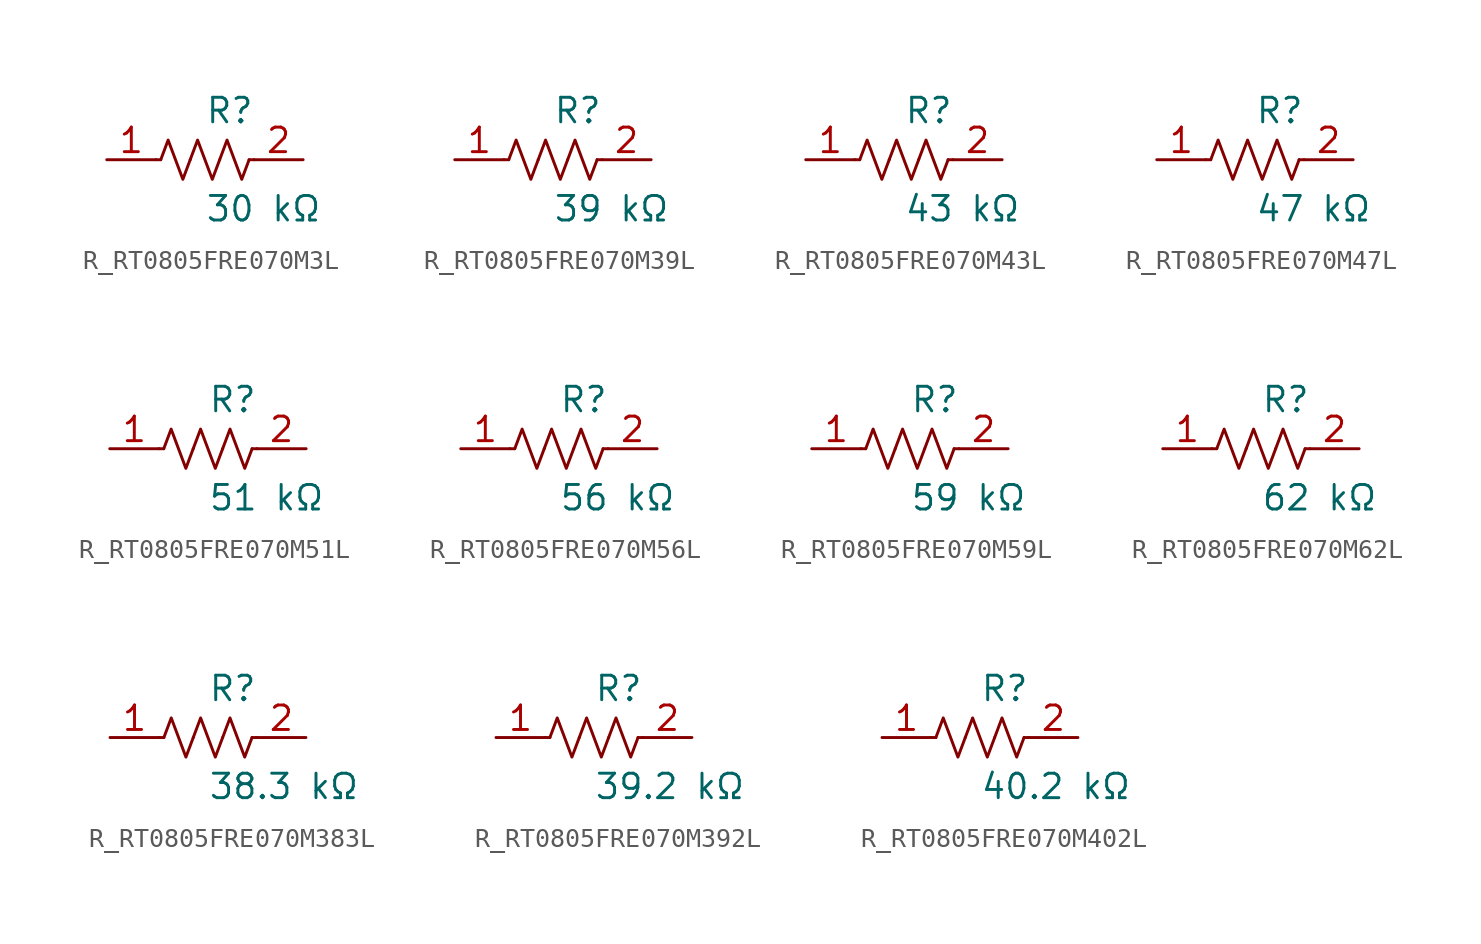
<source format=kicad_sym>
(kicad_symbol_lib
  (version 20231120)
  (generator kicad_symbol_editor)
  (generator_version 8.0)
  (symbol "R_RT0805FRE070M3L"
    (pin_names
      (offset 0.254))
    (property "Reference" "R"
      (at 0.0 2.54 0)
      (effects (font (size 1.27 1.27)) (justify left)))
    (property "Value" "30 kΩ"
      (at 0.0 -2.54 0)
      (effects (font (size 1.27 1.27)) (justify left)))
    (symbol "R_RT0805FRE070M3L_0_1"
      (polyline (pts (xy 2.286 0) (xy 2.54 0)) (stroke (width 0) (type default)) (fill (type none)))
      (polyline (pts (xy -2.286 0) (xy -2.54 0)) (stroke (width 0) (type default)) (fill (type none)))
      (polyline (pts (xy 0.762 0) (xy 1.143 1.016) (xy 1.524 0) (xy 1.905 -1.016) (xy 2.286 0)) (stroke (width 0) (type default)) (fill (type none)))
      (polyline (pts (xy -0.762 0) (xy -0.381 1.016) (xy 0 0) (xy 0.381 -1.016) (xy 0.762 0)) (stroke (width 0) (type default)) (fill (type none)))
      (polyline (pts (xy -2.286 0) (xy -1.905 1.016) (xy -1.524 0) (xy -1.143 -1.016) (xy -0.762 0)) (stroke (width 0) (type default)) (fill (type none))))
    (pin unspecified line
      (at -5.08 0 0)
      (length 2.54)
      (name "" (effects (font (size 1.27 1.27))))
      (number "1" (effects (font (size 1.27 1.27)))))
    (pin unspecified line
      (at 5.08 0 180)
      (length 2.54)
      (name "" (effects (font (size 1.27 1.27))))
      (number "2" (effects (font (size 1.27 1.27))))))
  (symbol "R_RT0805FRE070M39L"
    (pin_names
      (offset 0.254))
    (property "Reference" "R"
      (at 0.0 2.54 0)
      (effects (font (size 1.27 1.27)) (justify left)))
    (property "Value" "39 kΩ"
      (at 0.0 -2.54 0)
      (effects (font (size 1.27 1.27)) (justify left)))
    (symbol "R_RT0805FRE070M39L_0_1"
      (polyline (pts (xy 2.286 0) (xy 2.54 0)) (stroke (width 0) (type default)) (fill (type none)))
      (polyline (pts (xy -2.286 0) (xy -2.54 0)) (stroke (width 0) (type default)) (fill (type none)))
      (polyline (pts (xy 0.762 0) (xy 1.143 1.016) (xy 1.524 0) (xy 1.905 -1.016) (xy 2.286 0)) (stroke (width 0) (type default)) (fill (type none)))
      (polyline (pts (xy -0.762 0) (xy -0.381 1.016) (xy 0 0) (xy 0.381 -1.016) (xy 0.762 0)) (stroke (width 0) (type default)) (fill (type none)))
      (polyline (pts (xy -2.286 0) (xy -1.905 1.016) (xy -1.524 0) (xy -1.143 -1.016) (xy -0.762 0)) (stroke (width 0) (type default)) (fill (type none))))
    (pin unspecified line
      (at -5.08 0 0)
      (length 2.54)
      (name "" (effects (font (size 1.27 1.27))))
      (number "1" (effects (font (size 1.27 1.27)))))
    (pin unspecified line
      (at 5.08 0 180)
      (length 2.54)
      (name "" (effects (font (size 1.27 1.27))))
      (number "2" (effects (font (size 1.27 1.27))))))
  (symbol "R_RT0805FRE070M43L"
    (pin_names
      (offset 0.254))
    (property "Reference" "R"
      (at 0.0 2.54 0)
      (effects (font (size 1.27 1.27)) (justify left)))
    (property "Value" "43 kΩ"
      (at 0.0 -2.54 0)
      (effects (font (size 1.27 1.27)) (justify left)))
    (symbol "R_RT0805FRE070M43L_0_1"
      (polyline (pts (xy 2.286 0) (xy 2.54 0)) (stroke (width 0) (type default)) (fill (type none)))
      (polyline (pts (xy -2.286 0) (xy -2.54 0)) (stroke (width 0) (type default)) (fill (type none)))
      (polyline (pts (xy 0.762 0) (xy 1.143 1.016) (xy 1.524 0) (xy 1.905 -1.016) (xy 2.286 0)) (stroke (width 0) (type default)) (fill (type none)))
      (polyline (pts (xy -0.762 0) (xy -0.381 1.016) (xy 0 0) (xy 0.381 -1.016) (xy 0.762 0)) (stroke (width 0) (type default)) (fill (type none)))
      (polyline (pts (xy -2.286 0) (xy -1.905 1.016) (xy -1.524 0) (xy -1.143 -1.016) (xy -0.762 0)) (stroke (width 0) (type default)) (fill (type none))))
    (pin unspecified line
      (at -5.08 0 0)
      (length 2.54)
      (name "" (effects (font (size 1.27 1.27))))
      (number "1" (effects (font (size 1.27 1.27)))))
    (pin unspecified line
      (at 5.08 0 180)
      (length 2.54)
      (name "" (effects (font (size 1.27 1.27))))
      (number "2" (effects (font (size 1.27 1.27))))))
  (symbol "R_RT0805FRE070M47L"
    (pin_names
      (offset 0.254))
    (property "Reference" "R"
      (at 0.0 2.54 0)
      (effects (font (size 1.27 1.27)) (justify left)))
    (property "Value" "47 kΩ"
      (at 0.0 -2.54 0)
      (effects (font (size 1.27 1.27)) (justify left)))
    (symbol "R_RT0805FRE070M47L_0_1"
      (polyline (pts (xy 2.286 0) (xy 2.54 0)) (stroke (width 0) (type default)) (fill (type none)))
      (polyline (pts (xy -2.286 0) (xy -2.54 0)) (stroke (width 0) (type default)) (fill (type none)))
      (polyline (pts (xy 0.762 0) (xy 1.143 1.016) (xy 1.524 0) (xy 1.905 -1.016) (xy 2.286 0)) (stroke (width 0) (type default)) (fill (type none)))
      (polyline (pts (xy -0.762 0) (xy -0.381 1.016) (xy 0 0) (xy 0.381 -1.016) (xy 0.762 0)) (stroke (width 0) (type default)) (fill (type none)))
      (polyline (pts (xy -2.286 0) (xy -1.905 1.016) (xy -1.524 0) (xy -1.143 -1.016) (xy -0.762 0)) (stroke (width 0) (type default)) (fill (type none))))
    (pin unspecified line
      (at -5.08 0 0)
      (length 2.54)
      (name "" (effects (font (size 1.27 1.27))))
      (number "1" (effects (font (size 1.27 1.27)))))
    (pin unspecified line
      (at 5.08 0 180)
      (length 2.54)
      (name "" (effects (font (size 1.27 1.27))))
      (number "2" (effects (font (size 1.27 1.27))))))
  (symbol "R_RT0805FRE070M51L"
    (pin_names
      (offset 0.254))
    (property "Reference" "R"
      (at 0.0 2.54 0)
      (effects (font (size 1.27 1.27)) (justify left)))
    (property "Value" "51 kΩ"
      (at 0.0 -2.54 0)
      (effects (font (size 1.27 1.27)) (justify left)))
    (symbol "R_RT0805FRE070M51L_0_1"
      (polyline (pts (xy 2.286 0) (xy 2.54 0)) (stroke (width 0) (type default)) (fill (type none)))
      (polyline (pts (xy -2.286 0) (xy -2.54 0)) (stroke (width 0) (type default)) (fill (type none)))
      (polyline (pts (xy 0.762 0) (xy 1.143 1.016) (xy 1.524 0) (xy 1.905 -1.016) (xy 2.286 0)) (stroke (width 0) (type default)) (fill (type none)))
      (polyline (pts (xy -0.762 0) (xy -0.381 1.016) (xy 0 0) (xy 0.381 -1.016) (xy 0.762 0)) (stroke (width 0) (type default)) (fill (type none)))
      (polyline (pts (xy -2.286 0) (xy -1.905 1.016) (xy -1.524 0) (xy -1.143 -1.016) (xy -0.762 0)) (stroke (width 0) (type default)) (fill (type none))))
    (pin unspecified line
      (at -5.08 0 0)
      (length 2.54)
      (name "" (effects (font (size 1.27 1.27))))
      (number "1" (effects (font (size 1.27 1.27)))))
    (pin unspecified line
      (at 5.08 0 180)
      (length 2.54)
      (name "" (effects (font (size 1.27 1.27))))
      (number "2" (effects (font (size 1.27 1.27))))))
  (symbol "R_RT0805FRE070M56L"
    (pin_names
      (offset 0.254))
    (property "Reference" "R"
      (at 0.0 2.54 0)
      (effects (font (size 1.27 1.27)) (justify left)))
    (property "Value" "56 kΩ"
      (at 0.0 -2.54 0)
      (effects (font (size 1.27 1.27)) (justify left)))
    (symbol "R_RT0805FRE070M56L_0_1"
      (polyline (pts (xy 2.286 0) (xy 2.54 0)) (stroke (width 0) (type default)) (fill (type none)))
      (polyline (pts (xy -2.286 0) (xy -2.54 0)) (stroke (width 0) (type default)) (fill (type none)))
      (polyline (pts (xy 0.762 0) (xy 1.143 1.016) (xy 1.524 0) (xy 1.905 -1.016) (xy 2.286 0)) (stroke (width 0) (type default)) (fill (type none)))
      (polyline (pts (xy -0.762 0) (xy -0.381 1.016) (xy 0 0) (xy 0.381 -1.016) (xy 0.762 0)) (stroke (width 0) (type default)) (fill (type none)))
      (polyline (pts (xy -2.286 0) (xy -1.905 1.016) (xy -1.524 0) (xy -1.143 -1.016) (xy -0.762 0)) (stroke (width 0) (type default)) (fill (type none))))
    (pin unspecified line
      (at -5.08 0 0)
      (length 2.54)
      (name "" (effects (font (size 1.27 1.27))))
      (number "1" (effects (font (size 1.27 1.27)))))
    (pin unspecified line
      (at 5.08 0 180)
      (length 2.54)
      (name "" (effects (font (size 1.27 1.27))))
      (number "2" (effects (font (size 1.27 1.27))))))
  (symbol "R_RT0805FRE070M59L"
    (pin_names
      (offset 0.254))
    (property "Reference" "R"
      (at 0.0 2.54 0)
      (effects (font (size 1.27 1.27)) (justify left)))
    (property "Value" "59 kΩ"
      (at 0.0 -2.54 0)
      (effects (font (size 1.27 1.27)) (justify left)))
    (symbol "R_RT0805FRE070M59L_0_1"
      (polyline (pts (xy 2.286 0) (xy 2.54 0)) (stroke (width 0) (type default)) (fill (type none)))
      (polyline (pts (xy -2.286 0) (xy -2.54 0)) (stroke (width 0) (type default)) (fill (type none)))
      (polyline (pts (xy 0.762 0) (xy 1.143 1.016) (xy 1.524 0) (xy 1.905 -1.016) (xy 2.286 0)) (stroke (width 0) (type default)) (fill (type none)))
      (polyline (pts (xy -0.762 0) (xy -0.381 1.016) (xy 0 0) (xy 0.381 -1.016) (xy 0.762 0)) (stroke (width 0) (type default)) (fill (type none)))
      (polyline (pts (xy -2.286 0) (xy -1.905 1.016) (xy -1.524 0) (xy -1.143 -1.016) (xy -0.762 0)) (stroke (width 0) (type default)) (fill (type none))))
    (pin unspecified line
      (at -5.08 0 0)
      (length 2.54)
      (name "" (effects (font (size 1.27 1.27))))
      (number "1" (effects (font (size 1.27 1.27)))))
    (pin unspecified line
      (at 5.08 0 180)
      (length 2.54)
      (name "" (effects (font (size 1.27 1.27))))
      (number "2" (effects (font (size 1.27 1.27))))))
  (symbol "R_RT0805FRE070M62L"
    (pin_names
      (offset 0.254))
    (property "Reference" "R"
      (at 0.0 2.54 0)
      (effects (font (size 1.27 1.27)) (justify left)))
    (property "Value" "62 kΩ"
      (at 0.0 -2.54 0)
      (effects (font (size 1.27 1.27)) (justify left)))
    (symbol "R_RT0805FRE070M62L_0_1"
      (polyline (pts (xy 2.286 0) (xy 2.54 0)) (stroke (width 0) (type default)) (fill (type none)))
      (polyline (pts (xy -2.286 0) (xy -2.54 0)) (stroke (width 0) (type default)) (fill (type none)))
      (polyline (pts (xy 0.762 0) (xy 1.143 1.016) (xy 1.524 0) (xy 1.905 -1.016) (xy 2.286 0)) (stroke (width 0) (type default)) (fill (type none)))
      (polyline (pts (xy -0.762 0) (xy -0.381 1.016) (xy 0 0) (xy 0.381 -1.016) (xy 0.762 0)) (stroke (width 0) (type default)) (fill (type none)))
      (polyline (pts (xy -2.286 0) (xy -1.905 1.016) (xy -1.524 0) (xy -1.143 -1.016) (xy -0.762 0)) (stroke (width 0) (type default)) (fill (type none))))
    (pin unspecified line
      (at -5.08 0 0)
      (length 2.54)
      (name "" (effects (font (size 1.27 1.27))))
      (number "1" (effects (font (size 1.27 1.27)))))
    (pin unspecified line
      (at 5.08 0 180)
      (length 2.54)
      (name "" (effects (font (size 1.27 1.27))))
      (number "2" (effects (font (size 1.27 1.27))))))
  (symbol "R_RT0805FRE070M383L"
    (pin_names
      (offset 0.254))
    (property "Reference" "R"
      (at 0.0 2.54 0)
      (effects (font (size 1.27 1.27)) (justify left)))
    (property "Value" "38.3 kΩ"
      (at 0.0 -2.54 0)
      (effects (font (size 1.27 1.27)) (justify left)))
    (symbol "R_RT0805FRE070M383L_0_1"
      (polyline (pts (xy 2.286 0) (xy 2.54 0)) (stroke (width 0) (type default)) (fill (type none)))
      (polyline (pts (xy -2.286 0) (xy -2.54 0)) (stroke (width 0) (type default)) (fill (type none)))
      (polyline (pts (xy 0.762 0) (xy 1.143 1.016) (xy 1.524 0) (xy 1.905 -1.016) (xy 2.286 0)) (stroke (width 0) (type default)) (fill (type none)))
      (polyline (pts (xy -0.762 0) (xy -0.381 1.016) (xy 0 0) (xy 0.381 -1.016) (xy 0.762 0)) (stroke (width 0) (type default)) (fill (type none)))
      (polyline (pts (xy -2.286 0) (xy -1.905 1.016) (xy -1.524 0) (xy -1.143 -1.016) (xy -0.762 0)) (stroke (width 0) (type default)) (fill (type none))))
    (pin unspecified line
      (at -5.08 0 0)
      (length 2.54)
      (name "" (effects (font (size 1.27 1.27))))
      (number "1" (effects (font (size 1.27 1.27)))))
    (pin unspecified line
      (at 5.08 0 180)
      (length 2.54)
      (name "" (effects (font (size 1.27 1.27))))
      (number "2" (effects (font (size 1.27 1.27))))))
  (symbol "R_RT0805FRE070M392L"
    (pin_names
      (offset 0.254))
    (property "Reference" "R"
      (at 0.0 2.54 0)
      (effects (font (size 1.27 1.27)) (justify left)))
    (property "Value" "39.2 kΩ"
      (at 0.0 -2.54 0)
      (effects (font (size 1.27 1.27)) (justify left)))
    (symbol "R_RT0805FRE070M392L_0_1"
      (polyline (pts (xy 2.286 0) (xy 2.54 0)) (stroke (width 0) (type default)) (fill (type none)))
      (polyline (pts (xy -2.286 0) (xy -2.54 0)) (stroke (width 0) (type default)) (fill (type none)))
      (polyline (pts (xy 0.762 0) (xy 1.143 1.016) (xy 1.524 0) (xy 1.905 -1.016) (xy 2.286 0)) (stroke (width 0) (type default)) (fill (type none)))
      (polyline (pts (xy -0.762 0) (xy -0.381 1.016) (xy 0 0) (xy 0.381 -1.016) (xy 0.762 0)) (stroke (width 0) (type default)) (fill (type none)))
      (polyline (pts (xy -2.286 0) (xy -1.905 1.016) (xy -1.524 0) (xy -1.143 -1.016) (xy -0.762 0)) (stroke (width 0) (type default)) (fill (type none))))
    (pin unspecified line
      (at -5.08 0 0)
      (length 2.54)
      (name "" (effects (font (size 1.27 1.27))))
      (number "1" (effects (font (size 1.27 1.27)))))
    (pin unspecified line
      (at 5.08 0 180)
      (length 2.54)
      (name "" (effects (font (size 1.27 1.27))))
      (number "2" (effects (font (size 1.27 1.27))))))
  (symbol "R_RT0805FRE070M402L"
    (pin_names
      (offset 0.254))
    (property "Reference" "R"
      (at 0.0 2.54 0)
      (effects (font (size 1.27 1.27)) (justify left)))
    (property "Value" "40.2 kΩ"
      (at 0.0 -2.54 0)
      (effects (font (size 1.27 1.27)) (justify left)))
    (symbol "R_RT0805FRE070M402L_0_1"
      (polyline (pts (xy 2.286 0) (xy 2.54 0)) (stroke (width 0) (type default)) (fill (type none)))
      (polyline (pts (xy -2.286 0) (xy -2.54 0)) (stroke (width 0) (type default)) (fill (type none)))
      (polyline (pts (xy 0.762 0) (xy 1.143 1.016) (xy 1.524 0) (xy 1.905 -1.016) (xy 2.286 0)) (stroke (width 0) (type default)) (fill (type none)))
      (polyline (pts (xy -0.762 0) (xy -0.381 1.016) (xy 0 0) (xy 0.381 -1.016) (xy 0.762 0)) (stroke (width 0) (type default)) (fill (type none)))
      (polyline (pts (xy -2.286 0) (xy -1.905 1.016) (xy -1.524 0) (xy -1.143 -1.016) (xy -0.762 0)) (stroke (width 0) (type default)) (fill (type none))))
    (pin unspecified line
      (at -5.08 0 0)
      (length 2.54)
      (name "" (effects (font (size 1.27 1.27))))
      (number "1" (effects (font (size 1.27 1.27)))))
    (pin unspecified line
      (at 5.08 0 180)
      (length 2.54)
      (name "" (effects (font (size 1.27 1.27))))
      (number "2" (effects (font (size 1.27 1.27)))))))
</source>
